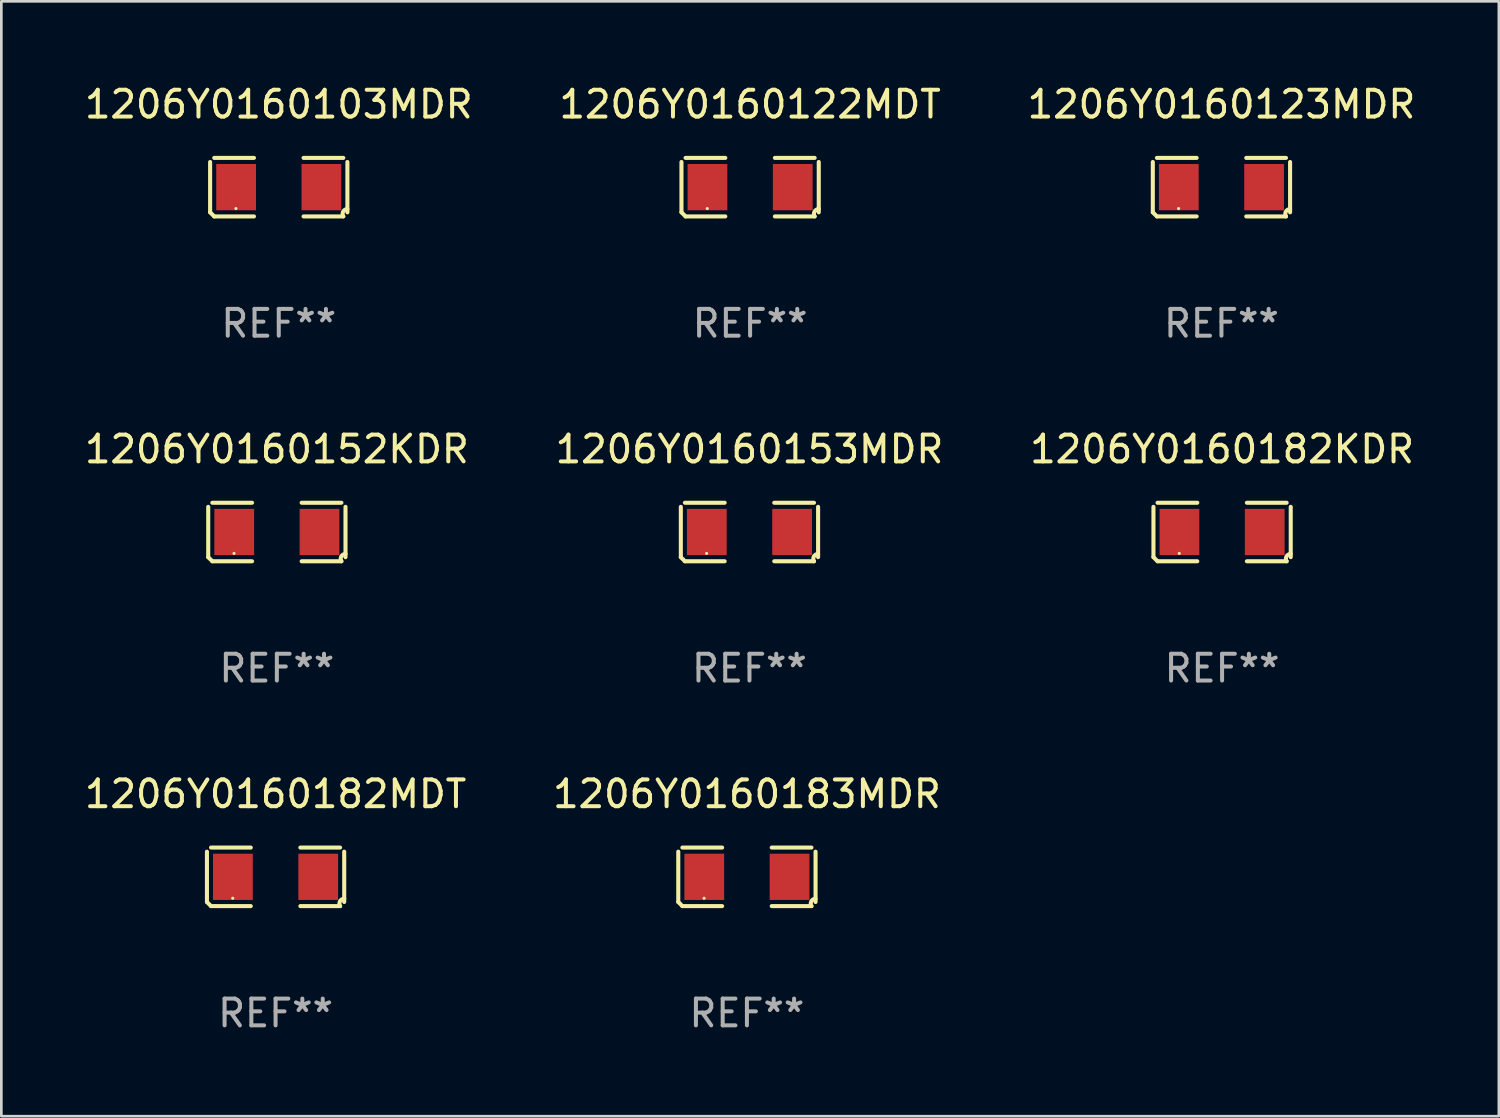
<source format=kicad_pcb>
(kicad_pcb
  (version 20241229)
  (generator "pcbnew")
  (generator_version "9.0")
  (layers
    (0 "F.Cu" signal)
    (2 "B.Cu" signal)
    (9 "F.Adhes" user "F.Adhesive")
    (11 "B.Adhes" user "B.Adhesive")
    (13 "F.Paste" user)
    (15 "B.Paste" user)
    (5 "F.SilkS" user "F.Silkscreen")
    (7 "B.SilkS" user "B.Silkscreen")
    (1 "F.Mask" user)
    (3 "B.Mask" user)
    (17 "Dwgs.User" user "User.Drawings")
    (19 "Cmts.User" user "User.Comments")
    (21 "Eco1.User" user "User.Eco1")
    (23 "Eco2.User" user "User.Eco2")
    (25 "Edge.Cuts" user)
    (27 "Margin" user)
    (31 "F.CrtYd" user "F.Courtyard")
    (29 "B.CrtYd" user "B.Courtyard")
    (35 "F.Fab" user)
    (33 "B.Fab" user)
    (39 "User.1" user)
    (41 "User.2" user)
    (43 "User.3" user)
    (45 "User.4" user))
  (footprint "1206Y0160183MDR"
    (layer "F.Cu")
    (at 24.851 29.704)
    (property "Reference" "1206Y0160183MDR" (at 0 -3.093 0) (layer "F.SilkS") (effects (font (size 1 1) (thickness 0.15))))
    (attr through_hole)
    (fp_line (start -2.564 0.94) (end -2.564 -0.94) (stroke (width 0.152) (type solid)) (layer "F.SilkS"))
    (fp_line (start -2.411 -1.093) (end -0.926 -1.093) (stroke (width 0.152) (type solid)) (layer "F.SilkS"))
    (fp_line (start -0.926 1.093) (end -2.411 1.093) (stroke (width 0.152) (type solid)) (layer "F.SilkS"))
    (fp_line (start 0.926 1.093) (end 2.411 1.093) (stroke (width 0.152) (type solid)) (layer "F.SilkS"))
    (fp_line (start 2.411 -1.093) (end 0.926 -1.093) (stroke (width 0.152) (type solid)) (layer "F.SilkS"))
    (fp_line (start 2.564 0.94) (end 2.564 -0.94) (stroke (width 0.152) (type solid)) (layer "F.SilkS"))
    (fp_arc (start -2.411201 1.092609) (mid -2.487413 1.01642) (end -2.563602 0.940208) (stroke (width 0.1524) (type solid)) (layer "F.SilkS"))
    (fp_arc (start 2.411201 1.092609) (mid 2.407159 0.911226) (end 2.563602 0.819347) (stroke (width 0.1524) (type solid)) (layer "F.SilkS"))
    (fp_circle (center -1.6 0.8) (end -1.57 0.8) (stroke (width 0.06) (type solid)) (fill no) (layer "F.SilkS"))
    (fp_text user "REF**" (at 0 5.093 0) (layer "F.Fab") (effects (font (size 1 1) (thickness 0.15))))
    (pad "1" smd rect (at -1.593 0) (size 1.485 1.728) (layers "F.Cu" "F.Mask" "F.Paste"))
    (pad "2" smd rect (at 1.593 0) (size 1.485 1.728) (layers "F.Cu" "F.Mask" "F.Paste")))
  (footprint "1206Y0160123MDR"
    (layer "F.Cu")
    (at 42.577 3.941)
    (property "Reference" "1206Y0160123MDR" (at 0 -3.093 0) (layer "F.SilkS") (effects (font (size 1 1) (thickness 0.15))))
    (attr through_hole)
    (fp_line (start -2.564 0.94) (end -2.564 -0.94) (stroke (width 0.152) (type solid)) (layer "F.SilkS"))
    (fp_line (start -2.411 -1.093) (end -0.926 -1.093) (stroke (width 0.152) (type solid)) (layer "F.SilkS"))
    (fp_line (start -0.926 1.093) (end -2.411 1.093) (stroke (width 0.152) (type solid)) (layer "F.SilkS"))
    (fp_line (start 0.926 1.093) (end 2.411 1.093) (stroke (width 0.152) (type solid)) (layer "F.SilkS"))
    (fp_line (start 2.411 -1.093) (end 0.926 -1.093) (stroke (width 0.152) (type solid)) (layer "F.SilkS"))
    (fp_line (start 2.564 0.94) (end 2.564 -0.94) (stroke (width 0.152) (type solid)) (layer "F.SilkS"))
    (fp_arc (start -2.411201 1.092609) (mid -2.487413 1.01642) (end -2.563602 0.940208) (stroke (width 0.1524) (type solid)) (layer "F.SilkS"))
    (fp_arc (start 2.411201 1.092609) (mid 2.407159 0.911226) (end 2.563602 0.819347) (stroke (width 0.1524) (type solid)) (layer "F.SilkS"))
    (fp_circle (center -1.6 0.8) (end -1.57 0.8) (stroke (width 0.06) (type solid)) (fill no) (layer "F.SilkS"))
    (fp_text user "REF**" (at 0 5.093 0) (layer "F.Fab") (effects (font (size 1 1) (thickness 0.15))))
    (pad "1" smd rect (at -1.593 0) (size 1.485 1.728) (layers "F.Cu" "F.Mask" "F.Paste"))
    (pad "2" smd rect (at 1.593 0) (size 1.485 1.728) (layers "F.Cu" "F.Mask" "F.Paste")))
  (footprint "1206Y0160152KDR"
    (layer "F.Cu")
    (at 7.292 16.823)
    (property "Reference" "1206Y0160152KDR" (at 0 -3.093 0) (layer "F.SilkS") (effects (font (size 1 1) (thickness 0.15))))
    (attr through_hole)
    (fp_line (start -2.564 0.94) (end -2.564 -0.94) (stroke (width 0.152) (type solid)) (layer "F.SilkS"))
    (fp_line (start -2.411 -1.093) (end -0.926 -1.093) (stroke (width 0.152) (type solid)) (layer "F.SilkS"))
    (fp_line (start -0.926 1.093) (end -2.411 1.093) (stroke (width 0.152) (type solid)) (layer "F.SilkS"))
    (fp_line (start 0.926 1.093) (end 2.411 1.093) (stroke (width 0.152) (type solid)) (layer "F.SilkS"))
    (fp_line (start 2.411 -1.093) (end 0.926 -1.093) (stroke (width 0.152) (type solid)) (layer "F.SilkS"))
    (fp_line (start 2.564 0.94) (end 2.564 -0.94) (stroke (width 0.152) (type solid)) (layer "F.SilkS"))
    (fp_arc (start -2.411201 1.092609) (mid -2.487413 1.01642) (end -2.563602 0.940208) (stroke (width 0.1524) (type solid)) (layer "F.SilkS"))
    (fp_arc (start 2.411201 1.092609) (mid 2.407159 0.911226) (end 2.563602 0.819347) (stroke (width 0.1524) (type solid)) (layer "F.SilkS"))
    (fp_circle (center -1.6 0.8) (end -1.57 0.8) (stroke (width 0.06) (type solid)) (fill no) (layer "F.SilkS"))
    (fp_text user "REF**" (at 0 5.093 0) (layer "F.Fab") (effects (font (size 1 1) (thickness 0.15))))
    (pad "1" smd rect (at -1.593 0) (size 1.485 1.728) (layers "F.Cu" "F.Mask" "F.Paste"))
    (pad "2" smd rect (at 1.593 0) (size 1.485 1.728) (layers "F.Cu" "F.Mask" "F.Paste")))
  (footprint "1206Y0160182MDT"
    (layer "F.Cu")
    (at 7.244 29.704)
    (property "Reference" "1206Y0160182MDT" (at 0 -3.093 0) (layer "F.SilkS") (effects (font (size 1 1) (thickness 0.15))))
    (attr through_hole)
    (fp_line (start -2.564 0.94) (end -2.564 -0.94) (stroke (width 0.152) (type solid)) (layer "F.SilkS"))
    (fp_line (start -2.411 -1.093) (end -0.926 -1.093) (stroke (width 0.152) (type solid)) (layer "F.SilkS"))
    (fp_line (start -0.926 1.093) (end -2.411 1.093) (stroke (width 0.152) (type solid)) (layer "F.SilkS"))
    (fp_line (start 0.926 1.093) (end 2.411 1.093) (stroke (width 0.152) (type solid)) (layer "F.SilkS"))
    (fp_line (start 2.411 -1.093) (end 0.926 -1.093) (stroke (width 0.152) (type solid)) (layer "F.SilkS"))
    (fp_line (start 2.564 0.94) (end 2.564 -0.94) (stroke (width 0.152) (type solid)) (layer "F.SilkS"))
    (fp_arc (start -2.411201 1.092609) (mid -2.487413 1.01642) (end -2.563602 0.940208) (stroke (width 0.1524) (type solid)) (layer "F.SilkS"))
    (fp_arc (start 2.411201 1.092609) (mid 2.407159 0.911226) (end 2.563602 0.819347) (stroke (width 0.1524) (type solid)) (layer "F.SilkS"))
    (fp_circle (center -1.6 0.8) (end -1.57 0.8) (stroke (width 0.06) (type solid)) (fill no) (layer "F.SilkS"))
    (fp_text user "REF**" (at 0 5.093 0) (layer "F.Fab") (effects (font (size 1 1) (thickness 0.15))))
    (pad "1" smd rect (at -1.593 0) (size 1.485 1.728) (layers "F.Cu" "F.Mask" "F.Paste"))
    (pad "2" smd rect (at 1.593 0) (size 1.485 1.728) (layers "F.Cu" "F.Mask" "F.Paste")))
  (footprint "1206Y0160122MDT"
    (layer "F.Cu")
    (at 24.97 3.941)
    (property "Reference" "1206Y0160122MDT" (at 0 -3.093 0) (layer "F.SilkS") (effects (font (size 1 1) (thickness 0.15))))
    (attr through_hole)
    (fp_line (start -2.564 0.94) (end -2.564 -0.94) (stroke (width 0.152) (type solid)) (layer "F.SilkS"))
    (fp_line (start -2.411 -1.093) (end -0.926 -1.093) (stroke (width 0.152) (type solid)) (layer "F.SilkS"))
    (fp_line (start -0.926 1.093) (end -2.411 1.093) (stroke (width 0.152) (type solid)) (layer "F.SilkS"))
    (fp_line (start 0.926 1.093) (end 2.411 1.093) (stroke (width 0.152) (type solid)) (layer "F.SilkS"))
    (fp_line (start 2.411 -1.093) (end 0.926 -1.093) (stroke (width 0.152) (type solid)) (layer "F.SilkS"))
    (fp_line (start 2.564 0.94) (end 2.564 -0.94) (stroke (width 0.152) (type solid)) (layer "F.SilkS"))
    (fp_arc (start -2.411201 1.092609) (mid -2.487413 1.01642) (end -2.563602 0.940208) (stroke (width 0.1524) (type solid)) (layer "F.SilkS"))
    (fp_arc (start 2.411201 1.092609) (mid 2.407159 0.911226) (end 2.563602 0.819347) (stroke (width 0.1524) (type solid)) (layer "F.SilkS"))
    (fp_circle (center -1.6 0.8) (end -1.57 0.8) (stroke (width 0.06) (type solid)) (fill no) (layer "F.SilkS"))
    (fp_text user "REF**" (at 0 5.093 0) (layer "F.Fab") (effects (font (size 1 1) (thickness 0.15))))
    (pad "1" smd rect (at -1.593 0) (size 1.485 1.728) (layers "F.Cu" "F.Mask" "F.Paste"))
    (pad "2" smd rect (at 1.593 0) (size 1.485 1.728) (layers "F.Cu" "F.Mask" "F.Paste")))
  (footprint "1206Y0160103MDR"
    (layer "F.Cu")
    (at 7.363 3.941)
    (property "Reference" "1206Y0160103MDR" (at 0 -3.093 0) (layer "F.SilkS") (effects (font (size 1 1) (thickness 0.15))))
    (attr through_hole)
    (fp_line (start -2.564 0.94) (end -2.564 -0.94) (stroke (width 0.152) (type solid)) (layer "F.SilkS"))
    (fp_line (start -2.411 -1.093) (end -0.926 -1.093) (stroke (width 0.152) (type solid)) (layer "F.SilkS"))
    (fp_line (start -0.926 1.093) (end -2.411 1.093) (stroke (width 0.152) (type solid)) (layer "F.SilkS"))
    (fp_line (start 0.926 1.093) (end 2.411 1.093) (stroke (width 0.152) (type solid)) (layer "F.SilkS"))
    (fp_line (start 2.411 -1.093) (end 0.926 -1.093) (stroke (width 0.152) (type solid)) (layer "F.SilkS"))
    (fp_line (start 2.564 0.94) (end 2.564 -0.94) (stroke (width 0.152) (type solid)) (layer "F.SilkS"))
    (fp_arc (start -2.411201 1.092609) (mid -2.487413 1.01642) (end -2.563602 0.940208) (stroke (width 0.1524) (type solid)) (layer "F.SilkS"))
    (fp_arc (start 2.411201 1.092609) (mid 2.407159 0.911226) (end 2.563602 0.819347) (stroke (width 0.1524) (type solid)) (layer "F.SilkS"))
    (fp_circle (center -1.6 0.8) (end -1.57 0.8) (stroke (width 0.06) (type solid)) (fill no) (layer "F.SilkS"))
    (fp_text user "REF**" (at 0 5.093 0) (layer "F.Fab") (effects (font (size 1 1) (thickness 0.15))))
    (pad "1" smd rect (at -1.593 0) (size 1.485 1.728) (layers "F.Cu" "F.Mask" "F.Paste"))
    (pad "2" smd rect (at 1.593 0) (size 1.485 1.728) (layers "F.Cu" "F.Mask" "F.Paste")))
  (footprint "1206Y0160153MDR"
    (layer "F.Cu")
    (at 24.946 16.823)
    (property "Reference" "1206Y0160153MDR" (at 0 -3.093 0) (layer "F.SilkS") (effects (font (size 1 1) (thickness 0.15))))
    (attr through_hole)
    (fp_line (start -2.564 0.94) (end -2.564 -0.94) (stroke (width 0.152) (type solid)) (layer "F.SilkS"))
    (fp_line (start -2.411 -1.093) (end -0.926 -1.093) (stroke (width 0.152) (type solid)) (layer "F.SilkS"))
    (fp_line (start -0.926 1.093) (end -2.411 1.093) (stroke (width 0.152) (type solid)) (layer "F.SilkS"))
    (fp_line (start 0.926 1.093) (end 2.411 1.093) (stroke (width 0.152) (type solid)) (layer "F.SilkS"))
    (fp_line (start 2.411 -1.093) (end 0.926 -1.093) (stroke (width 0.152) (type solid)) (layer "F.SilkS"))
    (fp_line (start 2.564 0.94) (end 2.564 -0.94) (stroke (width 0.152) (type solid)) (layer "F.SilkS"))
    (fp_arc (start -2.411201 1.092609) (mid -2.487413 1.01642) (end -2.563602 0.940208) (stroke (width 0.1524) (type solid)) (layer "F.SilkS"))
    (fp_arc (start 2.411201 1.092609) (mid 2.407159 0.911226) (end 2.563602 0.819347) (stroke (width 0.1524) (type solid)) (layer "F.SilkS"))
    (fp_circle (center -1.6 0.8) (end -1.57 0.8) (stroke (width 0.06) (type solid)) (fill no) (layer "F.SilkS"))
    (fp_text user "REF**" (at 0 5.093 0) (layer "F.Fab") (effects (font (size 1 1) (thickness 0.15))))
    (pad "1" smd rect (at -1.593 0) (size 1.485 1.728) (layers "F.Cu" "F.Mask" "F.Paste"))
    (pad "2" smd rect (at 1.593 0) (size 1.485 1.728) (layers "F.Cu" "F.Mask" "F.Paste")))
  (footprint "1206Y0160182KDR"
    (layer "F.Cu")
    (at 42.601 16.823)
    (property "Reference" "1206Y0160182KDR" (at 0 -3.093 0) (layer "F.SilkS") (effects (font (size 1 1) (thickness 0.15))))
    (attr through_hole)
    (fp_line (start -2.564 0.94) (end -2.564 -0.94) (stroke (width 0.152) (type solid)) (layer "F.SilkS"))
    (fp_line (start -2.411 -1.093) (end -0.926 -1.093) (stroke (width 0.152) (type solid)) (layer "F.SilkS"))
    (fp_line (start -0.926 1.093) (end -2.411 1.093) (stroke (width 0.152) (type solid)) (layer "F.SilkS"))
    (fp_line (start 0.926 1.093) (end 2.411 1.093) (stroke (width 0.152) (type solid)) (layer "F.SilkS"))
    (fp_line (start 2.411 -1.093) (end 0.926 -1.093) (stroke (width 0.152) (type solid)) (layer "F.SilkS"))
    (fp_line (start 2.564 0.94) (end 2.564 -0.94) (stroke (width 0.152) (type solid)) (layer "F.SilkS"))
    (fp_arc (start -2.411201 1.092609) (mid -2.487413 1.01642) (end -2.563602 0.940208) (stroke (width 0.1524) (type solid)) (layer "F.SilkS"))
    (fp_arc (start 2.411201 1.092609) (mid 2.407159 0.911226) (end 2.563602 0.819347) (stroke (width 0.1524) (type solid)) (layer "F.SilkS"))
    (fp_circle (center -1.6 0.8) (end -1.57 0.8) (stroke (width 0.06) (type solid)) (fill no) (layer "F.SilkS"))
    (fp_text user "REF**" (at 0 5.093 0) (layer "F.Fab") (effects (font (size 1 1) (thickness 0.15))))
    (pad "1" smd rect (at -1.593 0) (size 1.485 1.728) (layers "F.Cu" "F.Mask" "F.Paste"))
    (pad "2" smd rect (at 1.593 0) (size 1.485 1.728) (layers "F.Cu" "F.Mask" "F.Paste")))
  (gr_rect
    (start -3 -3)
    (end 52.94 38.645)
    (stroke (width 0.1) (type default))
    (fill no)
    (layer "Edge.Cuts")))
</source>
